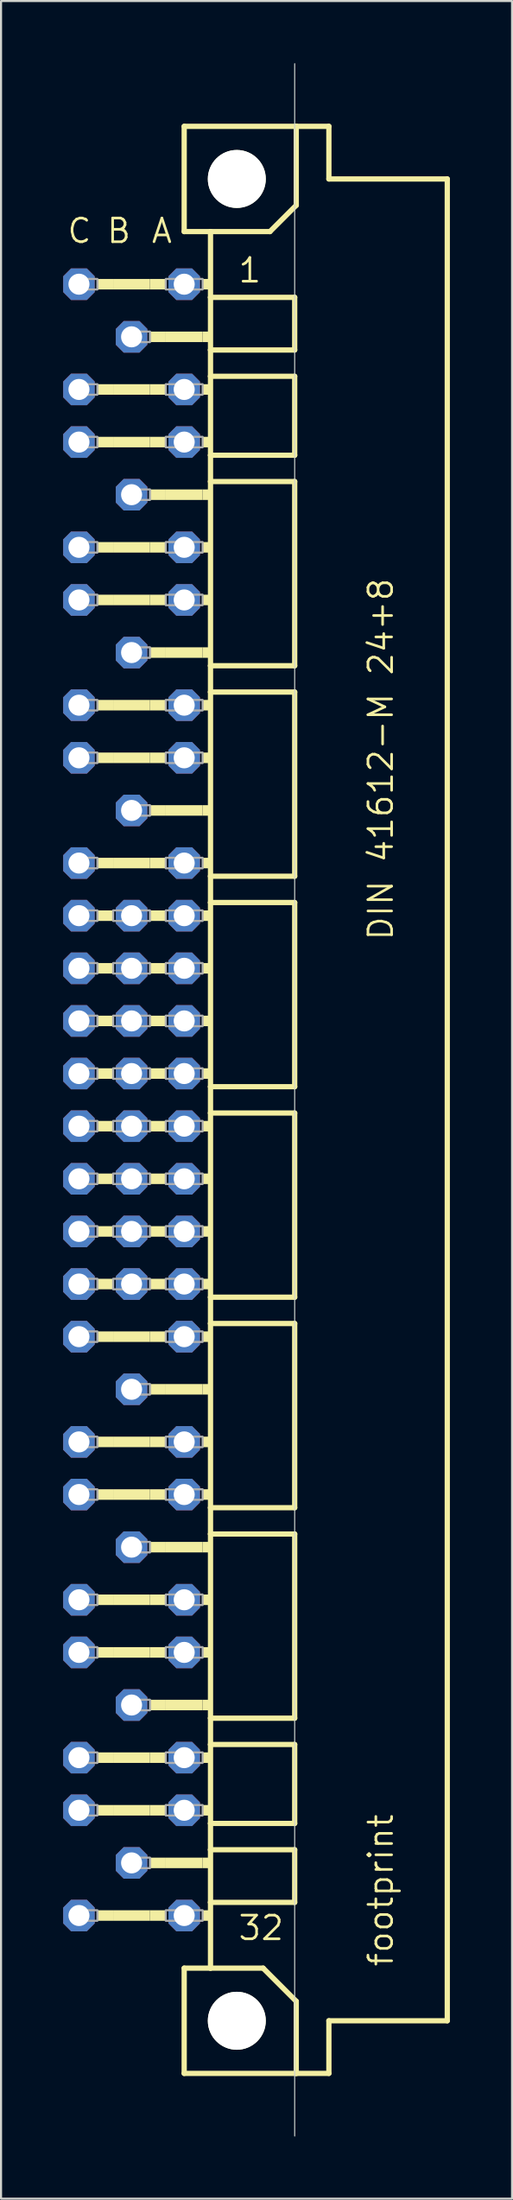
<source format=kicad_pcb>
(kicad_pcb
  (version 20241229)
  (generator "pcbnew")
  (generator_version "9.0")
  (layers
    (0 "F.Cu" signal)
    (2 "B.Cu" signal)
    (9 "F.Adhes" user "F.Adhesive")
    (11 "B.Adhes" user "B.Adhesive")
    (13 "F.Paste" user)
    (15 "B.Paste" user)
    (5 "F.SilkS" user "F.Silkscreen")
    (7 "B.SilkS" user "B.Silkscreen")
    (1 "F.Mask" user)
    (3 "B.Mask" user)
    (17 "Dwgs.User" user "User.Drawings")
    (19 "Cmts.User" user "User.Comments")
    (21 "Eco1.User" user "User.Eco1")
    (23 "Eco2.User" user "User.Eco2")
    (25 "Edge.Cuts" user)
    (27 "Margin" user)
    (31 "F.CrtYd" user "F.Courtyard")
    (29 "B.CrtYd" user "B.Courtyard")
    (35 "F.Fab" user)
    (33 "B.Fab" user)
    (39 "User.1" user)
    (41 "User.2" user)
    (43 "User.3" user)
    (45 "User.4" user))
  (footprint "footprint"
    (layer "F.Cu")
    (at 8.382 50.038)
    (property "Reference" "footprint" (at 7.62 41.91 90) (layer "F.SilkS") (effects (font (size 1.143 1.143) (thickness 0.127)) (justify left bottom)))
    (fp_line (start -2.54 -46.99) (end -2.54 -41.91) (stroke (width 0.254) (type solid)) (layer "F.SilkS"))
    (fp_line (start -2.54 -41.91) (end -1.27 -41.91) (stroke (width 0.254) (type solid)) (layer "F.SilkS"))
    (fp_line (start -2.54 41.91) (end -2.54 46.99) (stroke (width 0.254) (type solid)) (layer "F.SilkS"))
    (fp_line (start -2.54 41.91) (end -1.27 41.91) (stroke (width 0.254) (type solid)) (layer "F.SilkS"))
    (fp_line (start -2.54 46.99) (end 2.87 46.99) (stroke (width 0.254) (type solid)) (layer "F.SilkS"))
    (fp_line (start -1.27 -41.91) (end -1.27 -38.735) (stroke (width 0.254) (type solid)) (layer "F.SilkS"))
    (fp_line (start -1.27 -41.91) (end 1.6 -41.91) (stroke (width 0.254) (type solid)) (layer "F.SilkS"))
    (fp_line (start -1.27 -38.735) (end -1.27 -36.195) (stroke (width 0.254) (type solid)) (layer "F.SilkS"))
    (fp_line (start -1.27 -36.195) (end -1.27 -34.925) (stroke (width 0.254) (type solid)) (layer "F.SilkS"))
    (fp_line (start -1.27 -34.925) (end -1.27 -31.115) (stroke (width 0.254) (type solid)) (layer "F.SilkS"))
    (fp_line (start -1.27 -31.115) (end -1.27 -29.845) (stroke (width 0.254) (type solid)) (layer "F.SilkS"))
    (fp_line (start -1.27 -29.845) (end -1.27 -20.955) (stroke (width 0.254) (type solid)) (layer "F.SilkS"))
    (fp_line (start -1.27 -20.955) (end -1.27 -19.685) (stroke (width 0.254) (type solid)) (layer "F.SilkS"))
    (fp_line (start -1.27 -19.685) (end -1.27 -10.795) (stroke (width 0.254) (type solid)) (layer "F.SilkS"))
    (fp_line (start -1.27 -10.795) (end -1.27 -9.525) (stroke (width 0.254) (type solid)) (layer "F.SilkS"))
    (fp_line (start -1.27 -9.525) (end -1.27 -0.635) (stroke (width 0.254) (type solid)) (layer "F.SilkS"))
    (fp_line (start -1.27 -0.635) (end -1.27 0.635) (stroke (width 0.254) (type solid)) (layer "F.SilkS"))
    (fp_line (start -1.27 0.635) (end -1.27 9.525) (stroke (width 0.254) (type solid)) (layer "F.SilkS"))
    (fp_line (start -1.27 9.525) (end -1.27 10.795) (stroke (width 0.254) (type solid)) (layer "F.SilkS"))
    (fp_line (start -1.27 10.795) (end -1.27 19.685) (stroke (width 0.254) (type solid)) (layer "F.SilkS"))
    (fp_line (start -1.27 19.685) (end -1.27 20.955) (stroke (width 0.254) (type solid)) (layer "F.SilkS"))
    (fp_line (start -1.27 20.955) (end -1.27 29.845) (stroke (width 0.254) (type solid)) (layer "F.SilkS"))
    (fp_line (start -1.27 29.845) (end -1.27 31.115) (stroke (width 0.254) (type solid)) (layer "F.SilkS"))
    (fp_line (start -1.27 31.115) (end -1.27 34.925) (stroke (width 0.254) (type solid)) (layer "F.SilkS"))
    (fp_line (start -1.27 34.925) (end -1.27 36.195) (stroke (width 0.254) (type solid)) (layer "F.SilkS"))
    (fp_line (start -1.27 36.195) (end -1.27 38.735) (stroke (width 0.254) (type solid)) (layer "F.SilkS"))
    (fp_line (start -1.27 38.735) (end -1.27 41.91) (stroke (width 0.254) (type solid)) (layer "F.SilkS"))
    (fp_line (start -1.27 41.91) (end 1.27 41.91) (stroke (width 0.254) (type solid)) (layer "F.SilkS"))
    (fp_line (start 1.6 -41.91) (end 2.87 -43.18) (stroke (width 0.254) (type solid)) (layer "F.SilkS"))
    (fp_line (start 2.794 -38.735) (end -1.27 -38.735) (stroke (width 0.254) (type solid)) (layer "F.SilkS"))
    (fp_line (start 2.794 -38.735) (end 2.794 -36.195) (stroke (width 0.254) (type solid)) (layer "F.SilkS"))
    (fp_line (start 2.794 -36.195) (end -1.27 -36.195) (stroke (width 0.254) (type solid)) (layer "F.SilkS"))
    (fp_line (start 2.794 -34.925) (end -1.27 -34.925) (stroke (width 0.254) (type solid)) (layer "F.SilkS"))
    (fp_line (start 2.794 -34.925) (end 2.794 -31.115) (stroke (width 0.254) (type solid)) (layer "F.SilkS"))
    (fp_line (start 2.794 -31.115) (end -1.27 -31.115) (stroke (width 0.254) (type solid)) (layer "F.SilkS"))
    (fp_line (start 2.794 -29.845) (end -1.27 -29.845) (stroke (width 0.254) (type solid)) (layer "F.SilkS"))
    (fp_line (start 2.794 -29.845) (end 2.794 -20.955) (stroke (width 0.254) (type solid)) (layer "F.SilkS"))
    (fp_line (start 2.794 -20.955) (end -1.27 -20.955) (stroke (width 0.254) (type solid)) (layer "F.SilkS"))
    (fp_line (start 2.794 -19.685) (end -1.27 -19.685) (stroke (width 0.254) (type solid)) (layer "F.SilkS"))
    (fp_line (start 2.794 -19.685) (end 2.794 -10.795) (stroke (width 0.254) (type solid)) (layer "F.SilkS"))
    (fp_line (start 2.794 -10.795) (end -1.27 -10.795) (stroke (width 0.254) (type solid)) (layer "F.SilkS"))
    (fp_line (start 2.794 -9.525) (end -1.27 -9.525) (stroke (width 0.254) (type solid)) (layer "F.SilkS"))
    (fp_line (start 2.794 -9.525) (end 2.794 -0.635) (stroke (width 0.254) (type solid)) (layer "F.SilkS"))
    (fp_line (start 2.794 -0.635) (end -1.27 -0.635) (stroke (width 0.254) (type solid)) (layer "F.SilkS"))
    (fp_line (start 2.794 0.635) (end -1.27 0.635) (stroke (width 0.254) (type solid)) (layer "F.SilkS"))
    (fp_line (start 2.794 0.635) (end 2.794 9.525) (stroke (width 0.254) (type solid)) (layer "F.SilkS"))
    (fp_line (start 2.794 9.525) (end -1.27 9.525) (stroke (width 0.254) (type solid)) (layer "F.SilkS"))
    (fp_line (start 2.794 10.795) (end -1.27 10.795) (stroke (width 0.254) (type solid)) (layer "F.SilkS"))
    (fp_line (start 2.794 10.795) (end 2.794 19.685) (stroke (width 0.254) (type solid)) (layer "F.SilkS"))
    (fp_line (start 2.794 19.685) (end -1.27 19.685) (stroke (width 0.254) (type solid)) (layer "F.SilkS"))
    (fp_line (start 2.794 20.955) (end -1.27 20.955) (stroke (width 0.254) (type solid)) (layer "F.SilkS"))
    (fp_line (start 2.794 20.955) (end 2.794 29.845) (stroke (width 0.254) (type solid)) (layer "F.SilkS"))
    (fp_line (start 2.794 29.845) (end -1.27 29.845) (stroke (width 0.254) (type solid)) (layer "F.SilkS"))
    (fp_line (start 2.794 31.115) (end -1.27 31.115) (stroke (width 0.254) (type solid)) (layer "F.SilkS"))
    (fp_line (start 2.794 31.115) (end 2.794 34.925) (stroke (width 0.254) (type solid)) (layer "F.SilkS"))
    (fp_line (start 2.794 34.925) (end -1.27 34.925) (stroke (width 0.254) (type solid)) (layer "F.SilkS"))
    (fp_line (start 2.794 36.195) (end -1.27 36.195) (stroke (width 0.254) (type solid)) (layer "F.SilkS"))
    (fp_line (start 2.794 36.195) (end 2.794 38.735) (stroke (width 0.254) (type solid)) (layer "F.SilkS"))
    (fp_line (start 2.794 38.735) (end -1.27 38.735) (stroke (width 0.254) (type solid)) (layer "F.SilkS"))
    (fp_line (start 2.87 -46.99) (end -2.54 -46.99) (stroke (width 0.254) (type solid)) (layer "F.SilkS"))
    (fp_line (start 2.87 -43.18) (end 2.87 -46.99) (stroke (width 0.254) (type solid)) (layer "F.SilkS"))
    (fp_line (start 2.87 43.51) (end 1.27 41.91) (stroke (width 0.254) (type solid)) (layer "F.SilkS"))
    (fp_line (start 2.87 43.51) (end 2.87 46.99) (stroke (width 0.254) (type solid)) (layer "F.SilkS"))
    (fp_line (start 2.87 46.99) (end 4.445 46.99) (stroke (width 0.254) (type solid)) (layer "F.SilkS"))
    (fp_line (start 4.445 -46.99) (end 2.87 -46.99) (stroke (width 0.254) (type solid)) (layer "F.SilkS"))
    (fp_line (start 4.445 -44.45) (end 4.445 -46.99) (stroke (width 0.254) (type solid)) (layer "F.SilkS"))
    (fp_line (start 4.445 44.45) (end 10.16 44.45) (stroke (width 0.254) (type solid)) (layer "F.SilkS"))
    (fp_line (start 4.445 46.99) (end 4.445 44.45) (stroke (width 0.254) (type solid)) (layer "F.SilkS"))
    (fp_line (start 10.16 -44.45) (end 4.445 -44.45) (stroke (width 0.254) (type solid)) (layer "F.SilkS"))
    (fp_line (start 10.16 44.45) (end 10.16 -44.45) (stroke (width 0.254) (type solid)) (layer "F.SilkS"))
    (fp_circle (center 0 -44.45) (end 1.27 -44.45) (stroke (width 0.254) (type solid)) (fill no) (layer "F.SilkS"))
    (fp_circle (center 0 44.45) (end 1.27 44.45) (stroke (width 0.254) (type solid)) (fill no) (layer "F.SilkS"))
    (fp_poly (pts (xy -6.731 -39.116) (xy -5.969 -39.116) (xy -5.969 -39.624) (xy -6.731 -39.624)) (stroke (width 0) (type solid)) (fill yes) (layer "F.SilkS"))
    (fp_poly (pts (xy -6.731 -34.036) (xy -5.969 -34.036) (xy -5.969 -34.544) (xy -6.731 -34.544)) (stroke (width 0) (type solid)) (fill yes) (layer "F.SilkS"))
    (fp_poly (pts (xy -6.731 -31.496) (xy -5.969 -31.496) (xy -5.969 -32.004) (xy -6.731 -32.004)) (stroke (width 0) (type solid)) (fill yes) (layer "F.SilkS"))
    (fp_poly (pts (xy -6.731 -26.416) (xy -5.969 -26.416) (xy -5.969 -26.924) (xy -6.731 -26.924)) (stroke (width 0) (type solid)) (fill yes) (layer "F.SilkS"))
    (fp_poly (pts (xy -6.731 -23.876) (xy -5.969 -23.876) (xy -5.969 -24.384) (xy -6.731 -24.384)) (stroke (width 0) (type solid)) (fill yes) (layer "F.SilkS"))
    (fp_poly (pts (xy -6.731 -18.796) (xy -5.969 -18.796) (xy -5.969 -19.304) (xy -6.731 -19.304)) (stroke (width 0) (type solid)) (fill yes) (layer "F.SilkS"))
    (fp_poly (pts (xy -6.731 -16.256) (xy -5.969 -16.256) (xy -5.969 -16.764) (xy -6.731 -16.764)) (stroke (width 0) (type solid)) (fill yes) (layer "F.SilkS"))
    (fp_poly (pts (xy -6.731 -11.176) (xy -5.969 -11.176) (xy -5.969 -11.684) (xy -6.731 -11.684)) (stroke (width 0) (type solid)) (fill yes) (layer "F.SilkS"))
    (fp_poly (pts (xy -6.731 -8.636) (xy -5.969 -8.636) (xy -5.969 -9.144) (xy -6.731 -9.144)) (stroke (width 0) (type solid)) (fill yes) (layer "F.SilkS"))
    (fp_poly (pts (xy -6.731 -6.096) (xy -5.969 -6.096) (xy -5.969 -6.604) (xy -6.731 -6.604)) (stroke (width 0) (type solid)) (fill yes) (layer "F.SilkS"))
    (fp_poly (pts (xy -6.731 -3.556) (xy -5.969 -3.556) (xy -5.969 -4.064) (xy -6.731 -4.064)) (stroke (width 0) (type solid)) (fill yes) (layer "F.SilkS"))
    (fp_poly (pts (xy -6.731 -1.016) (xy -5.969 -1.016) (xy -5.969 -1.524) (xy -6.731 -1.524)) (stroke (width 0) (type solid)) (fill yes) (layer "F.SilkS"))
    (fp_poly (pts (xy -6.731 1.524) (xy -5.969 1.524) (xy -5.969 1.016) (xy -6.731 1.016)) (stroke (width 0) (type solid)) (fill yes) (layer "F.SilkS"))
    (fp_poly (pts (xy -6.731 4.064) (xy -5.969 4.064) (xy -5.969 3.556) (xy -6.731 3.556)) (stroke (width 0) (type solid)) (fill yes) (layer "F.SilkS"))
    (fp_poly (pts (xy -6.731 6.604) (xy -5.969 6.604) (xy -5.969 6.096) (xy -6.731 6.096)) (stroke (width 0) (type solid)) (fill yes) (layer "F.SilkS"))
    (fp_poly (pts (xy -6.731 9.144) (xy -5.969 9.144) (xy -5.969 8.636) (xy -6.731 8.636)) (stroke (width 0) (type solid)) (fill yes) (layer "F.SilkS"))
    (fp_poly (pts (xy -6.731 11.684) (xy -5.969 11.684) (xy -5.969 11.176) (xy -6.731 11.176)) (stroke (width 0) (type solid)) (fill yes) (layer "F.SilkS"))
    (fp_poly (pts (xy -6.731 16.764) (xy -5.969 16.764) (xy -5.969 16.256) (xy -6.731 16.256)) (stroke (width 0) (type solid)) (fill yes) (layer "F.SilkS"))
    (fp_poly (pts (xy -6.731 19.304) (xy -5.969 19.304) (xy -5.969 18.796) (xy -6.731 18.796)) (stroke (width 0) (type solid)) (fill yes) (layer "F.SilkS"))
    (fp_poly (pts (xy -6.731 24.384) (xy -5.969 24.384) (xy -5.969 23.876) (xy -6.731 23.876)) (stroke (width 0) (type solid)) (fill yes) (layer "F.SilkS"))
    (fp_poly (pts (xy -6.731 26.924) (xy -5.969 26.924) (xy -5.969 26.416) (xy -6.731 26.416)) (stroke (width 0) (type solid)) (fill yes) (layer "F.SilkS"))
    (fp_poly (pts (xy -6.731 32.004) (xy -5.969 32.004) (xy -5.969 31.496) (xy -6.731 31.496)) (stroke (width 0) (type solid)) (fill yes) (layer "F.SilkS"))
    (fp_poly (pts (xy -6.731 34.544) (xy -5.969 34.544) (xy -5.969 34.036) (xy -6.731 34.036)) (stroke (width 0) (type solid)) (fill yes) (layer "F.SilkS"))
    (fp_poly (pts (xy -6.731 39.624) (xy -5.969 39.624) (xy -5.969 39.116) (xy -6.731 39.116)) (stroke (width 0) (type solid)) (fill yes) (layer "F.SilkS"))
    (fp_poly (pts (xy -5.969 -39.116) (xy -4.191 -39.116) (xy -4.191 -39.624) (xy -5.969 -39.624)) (stroke (width 0) (type solid)) (fill yes) (layer "F.SilkS"))
    (fp_poly (pts (xy -5.969 -34.036) (xy -4.191 -34.036) (xy -4.191 -34.544) (xy -5.969 -34.544)) (stroke (width 0) (type solid)) (fill yes) (layer "F.SilkS"))
    (fp_poly (pts (xy -5.969 -31.496) (xy -4.191 -31.496) (xy -4.191 -32.004) (xy -5.969 -32.004)) (stroke (width 0) (type solid)) (fill yes) (layer "F.SilkS"))
    (fp_poly (pts (xy -5.969 -26.416) (xy -4.191 -26.416) (xy -4.191 -26.924) (xy -5.969 -26.924)) (stroke (width 0) (type solid)) (fill yes) (layer "F.SilkS"))
    (fp_poly (pts (xy -5.969 -23.876) (xy -4.191 -23.876) (xy -4.191 -24.384) (xy -5.969 -24.384)) (stroke (width 0) (type solid)) (fill yes) (layer "F.SilkS"))
    (fp_poly (pts (xy -5.969 -18.796) (xy -4.191 -18.796) (xy -4.191 -19.304) (xy -5.969 -19.304)) (stroke (width 0) (type solid)) (fill yes) (layer "F.SilkS"))
    (fp_poly (pts (xy -5.969 -16.256) (xy -4.191 -16.256) (xy -4.191 -16.764) (xy -5.969 -16.764)) (stroke (width 0) (type solid)) (fill yes) (layer "F.SilkS"))
    (fp_poly (pts (xy -5.969 -11.176) (xy -4.191 -11.176) (xy -4.191 -11.684) (xy -5.969 -11.684)) (stroke (width 0) (type solid)) (fill yes) (layer "F.SilkS"))
    (fp_poly (pts (xy -5.969 11.684) (xy -4.191 11.684) (xy -4.191 11.176) (xy -5.969 11.176)) (stroke (width 0) (type solid)) (fill yes) (layer "F.SilkS"))
    (fp_poly (pts (xy -5.969 16.764) (xy -4.191 16.764) (xy -4.191 16.256) (xy -5.969 16.256)) (stroke (width 0) (type solid)) (fill yes) (layer "F.SilkS"))
    (fp_poly (pts (xy -5.969 19.304) (xy -4.191 19.304) (xy -4.191 18.796) (xy -5.969 18.796)) (stroke (width 0) (type solid)) (fill yes) (layer "F.SilkS"))
    (fp_poly (pts (xy -5.969 24.384) (xy -4.191 24.384) (xy -4.191 23.876) (xy -5.969 23.876)) (stroke (width 0) (type solid)) (fill yes) (layer "F.SilkS"))
    (fp_poly (pts (xy -5.969 26.924) (xy -4.191 26.924) (xy -4.191 26.416) (xy -5.969 26.416)) (stroke (width 0) (type solid)) (fill yes) (layer "F.SilkS"))
    (fp_poly (pts (xy -5.969 32.004) (xy -4.191 32.004) (xy -4.191 31.496) (xy -5.969 31.496)) (stroke (width 0) (type solid)) (fill yes) (layer "F.SilkS"))
    (fp_poly (pts (xy -5.969 34.544) (xy -4.191 34.544) (xy -4.191 34.036) (xy -5.969 34.036)) (stroke (width 0) (type solid)) (fill yes) (layer "F.SilkS"))
    (fp_poly (pts (xy -5.969 39.624) (xy -4.191 39.624) (xy -4.191 39.116) (xy -5.969 39.116)) (stroke (width 0) (type solid)) (fill yes) (layer "F.SilkS"))
    (fp_poly (pts (xy -4.191 -39.116) (xy -3.429 -39.116) (xy -3.429 -39.624) (xy -4.191 -39.624)) (stroke (width 0) (type solid)) (fill yes) (layer "F.SilkS"))
    (fp_poly (pts (xy -4.191 -36.576) (xy -3.429 -36.576) (xy -3.429 -37.084) (xy -4.191 -37.084)) (stroke (width 0) (type solid)) (fill yes) (layer "F.SilkS"))
    (fp_poly (pts (xy -4.191 -34.036) (xy -3.429 -34.036) (xy -3.429 -34.544) (xy -4.191 -34.544)) (stroke (width 0) (type solid)) (fill yes) (layer "F.SilkS"))
    (fp_poly (pts (xy -4.191 -31.496) (xy -3.429 -31.496) (xy -3.429 -32.004) (xy -4.191 -32.004)) (stroke (width 0) (type solid)) (fill yes) (layer "F.SilkS"))
    (fp_poly (pts (xy -4.191 -28.956) (xy -3.429 -28.956) (xy -3.429 -29.464) (xy -4.191 -29.464)) (stroke (width 0) (type solid)) (fill yes) (layer "F.SilkS"))
    (fp_poly (pts (xy -4.191 -26.416) (xy -3.429 -26.416) (xy -3.429 -26.924) (xy -4.191 -26.924)) (stroke (width 0) (type solid)) (fill yes) (layer "F.SilkS"))
    (fp_poly (pts (xy -4.191 -23.876) (xy -3.429 -23.876) (xy -3.429 -24.384) (xy -4.191 -24.384)) (stroke (width 0) (type solid)) (fill yes) (layer "F.SilkS"))
    (fp_poly (pts (xy -4.191 -21.336) (xy -3.429 -21.336) (xy -3.429 -21.844) (xy -4.191 -21.844)) (stroke (width 0) (type solid)) (fill yes) (layer "F.SilkS"))
    (fp_poly (pts (xy -4.191 -18.796) (xy -3.429 -18.796) (xy -3.429 -19.304) (xy -4.191 -19.304)) (stroke (width 0) (type solid)) (fill yes) (layer "F.SilkS"))
    (fp_poly (pts (xy -4.191 -16.256) (xy -3.429 -16.256) (xy -3.429 -16.764) (xy -4.191 -16.764)) (stroke (width 0) (type solid)) (fill yes) (layer "F.SilkS"))
    (fp_poly (pts (xy -4.191 -13.716) (xy -3.429 -13.716) (xy -3.429 -14.224) (xy -4.191 -14.224)) (stroke (width 0) (type solid)) (fill yes) (layer "F.SilkS"))
    (fp_poly (pts (xy -4.191 -11.176) (xy -3.429 -11.176) (xy -3.429 -11.684) (xy -4.191 -11.684)) (stroke (width 0) (type solid)) (fill yes) (layer "F.SilkS"))
    (fp_poly (pts (xy -4.191 -8.636) (xy -3.429 -8.636) (xy -3.429 -9.144) (xy -4.191 -9.144)) (stroke (width 0) (type solid)) (fill yes) (layer "F.SilkS"))
    (fp_poly (pts (xy -4.191 -6.096) (xy -3.429 -6.096) (xy -3.429 -6.604) (xy -4.191 -6.604)) (stroke (width 0) (type solid)) (fill yes) (layer "F.SilkS"))
    (fp_poly (pts (xy -4.191 -3.556) (xy -3.429 -3.556) (xy -3.429 -4.064) (xy -4.191 -4.064)) (stroke (width 0) (type solid)) (fill yes) (layer "F.SilkS"))
    (fp_poly (pts (xy -4.191 -1.016) (xy -3.429 -1.016) (xy -3.429 -1.524) (xy -4.191 -1.524)) (stroke (width 0) (type solid)) (fill yes) (layer "F.SilkS"))
    (fp_poly (pts (xy -4.191 1.524) (xy -3.429 1.524) (xy -3.429 1.016) (xy -4.191 1.016)) (stroke (width 0) (type solid)) (fill yes) (layer "F.SilkS"))
    (fp_poly (pts (xy -4.191 4.064) (xy -3.429 4.064) (xy -3.429 3.556) (xy -4.191 3.556)) (stroke (width 0) (type solid)) (fill yes) (layer "F.SilkS"))
    (fp_poly (pts (xy -4.191 6.604) (xy -3.429 6.604) (xy -3.429 6.096) (xy -4.191 6.096)) (stroke (width 0) (type solid)) (fill yes) (layer "F.SilkS"))
    (fp_poly (pts (xy -4.191 9.144) (xy -3.429 9.144) (xy -3.429 8.636) (xy -4.191 8.636)) (stroke (width 0) (type solid)) (fill yes) (layer "F.SilkS"))
    (fp_poly (pts (xy -4.191 11.684) (xy -3.429 11.684) (xy -3.429 11.176) (xy -4.191 11.176)) (stroke (width 0) (type solid)) (fill yes) (layer "F.SilkS"))
    (fp_poly (pts (xy -4.191 14.224) (xy -3.429 14.224) (xy -3.429 13.716) (xy -4.191 13.716)) (stroke (width 0) (type solid)) (fill yes) (layer "F.SilkS"))
    (fp_poly (pts (xy -4.191 16.764) (xy -3.429 16.764) (xy -3.429 16.256) (xy -4.191 16.256)) (stroke (width 0) (type solid)) (fill yes) (layer "F.SilkS"))
    (fp_poly (pts (xy -4.191 19.304) (xy -3.429 19.304) (xy -3.429 18.796) (xy -4.191 18.796)) (stroke (width 0) (type solid)) (fill yes) (layer "F.SilkS"))
    (fp_poly (pts (xy -4.191 21.844) (xy -3.429 21.844) (xy -3.429 21.336) (xy -4.191 21.336)) (stroke (width 0) (type solid)) (fill yes) (layer "F.SilkS"))
    (fp_poly (pts (xy -4.191 24.384) (xy -3.429 24.384) (xy -3.429 23.876) (xy -4.191 23.876)) (stroke (width 0) (type solid)) (fill yes) (layer "F.SilkS"))
    (fp_poly (pts (xy -4.191 26.924) (xy -3.429 26.924) (xy -3.429 26.416) (xy -4.191 26.416)) (stroke (width 0) (type solid)) (fill yes) (layer "F.SilkS"))
    (fp_poly (pts (xy -4.191 29.464) (xy -3.429 29.464) (xy -3.429 28.956) (xy -4.191 28.956)) (stroke (width 0) (type solid)) (fill yes) (layer "F.SilkS"))
    (fp_poly (pts (xy -4.191 32.004) (xy -3.429 32.004) (xy -3.429 31.496) (xy -4.191 31.496)) (stroke (width 0) (type solid)) (fill yes) (layer "F.SilkS"))
    (fp_poly (pts (xy -4.191 34.544) (xy -3.429 34.544) (xy -3.429 34.036) (xy -4.191 34.036)) (stroke (width 0) (type solid)) (fill yes) (layer "F.SilkS"))
    (fp_poly (pts (xy -4.191 37.084) (xy -3.429 37.084) (xy -3.429 36.576) (xy -4.191 36.576)) (stroke (width 0) (type solid)) (fill yes) (layer "F.SilkS"))
    (fp_poly (pts (xy -4.191 39.624) (xy -3.429 39.624) (xy -3.429 39.116) (xy -4.191 39.116)) (stroke (width 0) (type solid)) (fill yes) (layer "F.SilkS"))
    (fp_poly (pts (xy -3.429 -36.576) (xy -1.651 -36.576) (xy -1.651 -37.084) (xy -3.429 -37.084)) (stroke (width 0) (type solid)) (fill yes) (layer "F.SilkS"))
    (fp_poly (pts (xy -3.429 -28.956) (xy -1.651 -28.956) (xy -1.651 -29.464) (xy -3.429 -29.464)) (stroke (width 0) (type solid)) (fill yes) (layer "F.SilkS"))
    (fp_poly (pts (xy -3.429 -21.336) (xy -1.651 -21.336) (xy -1.651 -21.844) (xy -3.429 -21.844)) (stroke (width 0) (type solid)) (fill yes) (layer "F.SilkS"))
    (fp_poly (pts (xy -3.429 -13.716) (xy -1.651 -13.716) (xy -1.651 -14.224) (xy -3.429 -14.224)) (stroke (width 0) (type solid)) (fill yes) (layer "F.SilkS"))
    (fp_poly (pts (xy -3.429 14.224) (xy -1.651 14.224) (xy -1.651 13.716) (xy -3.429 13.716)) (stroke (width 0) (type solid)) (fill yes) (layer "F.SilkS"))
    (fp_poly (pts (xy -3.429 21.844) (xy -1.651 21.844) (xy -1.651 21.336) (xy -3.429 21.336)) (stroke (width 0) (type solid)) (fill yes) (layer "F.SilkS"))
    (fp_poly (pts (xy -3.429 29.464) (xy -1.651 29.464) (xy -1.651 28.956) (xy -3.429 28.956)) (stroke (width 0) (type solid)) (fill yes) (layer "F.SilkS"))
    (fp_poly (pts (xy -3.429 37.084) (xy -1.651 37.084) (xy -1.651 36.576) (xy -3.429 36.576)) (stroke (width 0) (type solid)) (fill yes) (layer "F.SilkS"))
    (fp_poly (pts (xy -1.651 -39.116) (xy -1.27 -39.116) (xy -1.27 -39.624) (xy -1.651 -39.624)) (stroke (width 0) (type solid)) (fill yes) (layer "F.SilkS"))
    (fp_poly (pts (xy -1.651 -36.576) (xy -1.27 -36.576) (xy -1.27 -37.084) (xy -1.651 -37.084)) (stroke (width 0) (type solid)) (fill yes) (layer "F.SilkS"))
    (fp_poly (pts (xy -1.651 -34.036) (xy -1.27 -34.036) (xy -1.27 -34.544) (xy -1.651 -34.544)) (stroke (width 0) (type solid)) (fill yes) (layer "F.SilkS"))
    (fp_poly (pts (xy -1.651 -31.496) (xy -1.27 -31.496) (xy -1.27 -32.004) (xy -1.651 -32.004)) (stroke (width 0) (type solid)) (fill yes) (layer "F.SilkS"))
    (fp_poly (pts (xy -1.651 -28.956) (xy -1.27 -28.956) (xy -1.27 -29.464) (xy -1.651 -29.464)) (stroke (width 0) (type solid)) (fill yes) (layer "F.SilkS"))
    (fp_poly (pts (xy -1.651 -26.416) (xy -1.27 -26.416) (xy -1.27 -26.924) (xy -1.651 -26.924)) (stroke (width 0) (type solid)) (fill yes) (layer "F.SilkS"))
    (fp_poly (pts (xy -1.651 -23.876) (xy -1.27 -23.876) (xy -1.27 -24.384) (xy -1.651 -24.384)) (stroke (width 0) (type solid)) (fill yes) (layer "F.SilkS"))
    (fp_poly (pts (xy -1.651 -21.336) (xy -1.27 -21.336) (xy -1.27 -21.844) (xy -1.651 -21.844)) (stroke (width 0) (type solid)) (fill yes) (layer "F.SilkS"))
    (fp_poly (pts (xy -1.651 -18.796) (xy -1.27 -18.796) (xy -1.27 -19.304) (xy -1.651 -19.304)) (stroke (width 0) (type solid)) (fill yes) (layer "F.SilkS"))
    (fp_poly (pts (xy -1.651 -16.256) (xy -1.27 -16.256) (xy -1.27 -16.764) (xy -1.651 -16.764)) (stroke (width 0) (type solid)) (fill yes) (layer "F.SilkS"))
    (fp_poly (pts (xy -1.651 -13.716) (xy -1.27 -13.716) (xy -1.27 -14.224) (xy -1.651 -14.224)) (stroke (width 0) (type solid)) (fill yes) (layer "F.SilkS"))
    (fp_poly (pts (xy -1.651 -11.176) (xy -1.27 -11.176) (xy -1.27 -11.684) (xy -1.651 -11.684)) (stroke (width 0) (type solid)) (fill yes) (layer "F.SilkS"))
    (fp_poly (pts (xy -1.651 -8.636) (xy -1.27 -8.636) (xy -1.27 -9.144) (xy -1.651 -9.144)) (stroke (width 0) (type solid)) (fill yes) (layer "F.SilkS"))
    (fp_poly (pts (xy -1.651 -6.096) (xy -1.27 -6.096) (xy -1.27 -6.604) (xy -1.651 -6.604)) (stroke (width 0) (type solid)) (fill yes) (layer "F.SilkS"))
    (fp_poly (pts (xy -1.651 -3.556) (xy -1.27 -3.556) (xy -1.27 -4.064) (xy -1.651 -4.064)) (stroke (width 0) (type solid)) (fill yes) (layer "F.SilkS"))
    (fp_poly (pts (xy -1.651 -1.016) (xy -1.27 -1.016) (xy -1.27 -1.524) (xy -1.651 -1.524)) (stroke (width 0) (type solid)) (fill yes) (layer "F.SilkS"))
    (fp_poly (pts (xy -1.651 1.524) (xy -1.27 1.524) (xy -1.27 1.016) (xy -1.651 1.016)) (stroke (width 0) (type solid)) (fill yes) (layer "F.SilkS"))
    (fp_poly (pts (xy -1.651 4.064) (xy -1.27 4.064) (xy -1.27 3.556) (xy -1.651 3.556)) (stroke (width 0) (type solid)) (fill yes) (layer "F.SilkS"))
    (fp_poly (pts (xy -1.651 6.604) (xy -1.27 6.604) (xy -1.27 6.096) (xy -1.651 6.096)) (stroke (width 0) (type solid)) (fill yes) (layer "F.SilkS"))
    (fp_poly (pts (xy -1.651 9.144) (xy -1.27 9.144) (xy -1.27 8.636) (xy -1.651 8.636)) (stroke (width 0) (type solid)) (fill yes) (layer "F.SilkS"))
    (fp_poly (pts (xy -1.651 11.684) (xy -1.27 11.684) (xy -1.27 11.176) (xy -1.651 11.176)) (stroke (width 0) (type solid)) (fill yes) (layer "F.SilkS"))
    (fp_poly (pts (xy -1.651 14.224) (xy -1.27 14.224) (xy -1.27 13.716) (xy -1.651 13.716)) (stroke (width 0) (type solid)) (fill yes) (layer "F.SilkS"))
    (fp_poly (pts (xy -1.651 16.764) (xy -1.27 16.764) (xy -1.27 16.256) (xy -1.651 16.256)) (stroke (width 0) (type solid)) (fill yes) (layer "F.SilkS"))
    (fp_poly (pts (xy -1.651 19.304) (xy -1.27 19.304) (xy -1.27 18.796) (xy -1.651 18.796)) (stroke (width 0) (type solid)) (fill yes) (layer "F.SilkS"))
    (fp_poly (pts (xy -1.651 21.844) (xy -1.27 21.844) (xy -1.27 21.336) (xy -1.651 21.336)) (stroke (width 0) (type solid)) (fill yes) (layer "F.SilkS"))
    (fp_poly (pts (xy -1.651 24.384) (xy -1.27 24.384) (xy -1.27 23.876) (xy -1.651 23.876)) (stroke (width 0) (type solid)) (fill yes) (layer "F.SilkS"))
    (fp_poly (pts (xy -1.651 26.924) (xy -1.27 26.924) (xy -1.27 26.416) (xy -1.651 26.416)) (stroke (width 0) (type solid)) (fill yes) (layer "F.SilkS"))
    (fp_poly (pts (xy -1.651 29.464) (xy -1.27 29.464) (xy -1.27 28.956) (xy -1.651 28.956)) (stroke (width 0) (type solid)) (fill yes) (layer "F.SilkS"))
    (fp_poly (pts (xy -1.651 32.004) (xy -1.27 32.004) (xy -1.27 31.496) (xy -1.651 31.496)) (stroke (width 0) (type solid)) (fill yes) (layer "F.SilkS"))
    (fp_poly (pts (xy -1.651 34.544) (xy -1.27 34.544) (xy -1.27 34.036) (xy -1.651 34.036)) (stroke (width 0) (type solid)) (fill yes) (layer "F.SilkS"))
    (fp_poly (pts (xy -1.651 37.084) (xy -1.27 37.084) (xy -1.27 36.576) (xy -1.651 36.576)) (stroke (width 0) (type solid)) (fill yes) (layer "F.SilkS"))
    (fp_poly (pts (xy -1.651 39.624) (xy -1.27 39.624) (xy -1.27 39.116) (xy -1.651 39.116)) (stroke (width 0) (type solid)) (fill yes) (layer "F.SilkS"))
    (fp_line (start 2.794 50.013) (end 2.794 -50.013) (stroke (width 0.05) (type solid)) (layer "Edge.Cuts"))
    (fp_poly (pts (xy -7.874 -39.116) (xy -6.731 -39.116) (xy -6.731 -39.624) (xy -7.874 -39.624)) (stroke (width 0.1) (type solid)) (fill no) (layer "F.Fab"))
    (fp_poly (pts (xy -7.874 -34.036) (xy -6.731 -34.036) (xy -6.731 -34.544) (xy -7.874 -34.544)) (stroke (width 0.1) (type solid)) (fill no) (layer "F.Fab"))
    (fp_poly (pts (xy -7.874 -31.496) (xy -6.731 -31.496) (xy -6.731 -32.004) (xy -7.874 -32.004)) (stroke (width 0.1) (type solid)) (fill no) (layer "F.Fab"))
    (fp_poly (pts (xy -7.874 -26.416) (xy -6.731 -26.416) (xy -6.731 -26.924) (xy -7.874 -26.924)) (stroke (width 0.1) (type solid)) (fill no) (layer "F.Fab"))
    (fp_poly (pts (xy -7.874 -23.876) (xy -6.731 -23.876) (xy -6.731 -24.384) (xy -7.874 -24.384)) (stroke (width 0.1) (type solid)) (fill no) (layer "F.Fab"))
    (fp_poly (pts (xy -7.874 -18.796) (xy -6.731 -18.796) (xy -6.731 -19.304) (xy -7.874 -19.304)) (stroke (width 0.1) (type solid)) (fill no) (layer "F.Fab"))
    (fp_poly (pts (xy -7.874 -16.256) (xy -6.731 -16.256) (xy -6.731 -16.764) (xy -7.874 -16.764)) (stroke (width 0.1) (type solid)) (fill no) (layer "F.Fab"))
    (fp_poly (pts (xy -7.874 -11.176) (xy -6.731 -11.176) (xy -6.731 -11.684) (xy -7.874 -11.684)) (stroke (width 0.1) (type solid)) (fill no) (layer "F.Fab"))
    (fp_poly (pts (xy -7.874 -8.636) (xy -6.731 -8.636) (xy -6.731 -9.144) (xy -7.874 -9.144)) (stroke (width 0.1) (type solid)) (fill no) (layer "F.Fab"))
    (fp_poly (pts (xy -7.874 -6.096) (xy -6.731 -6.096) (xy -6.731 -6.604) (xy -7.874 -6.604)) (stroke (width 0.1) (type solid)) (fill no) (layer "F.Fab"))
    (fp_poly (pts (xy -7.874 -3.556) (xy -6.731 -3.556) (xy -6.731 -4.064) (xy -7.874 -4.064)) (stroke (width 0.1) (type solid)) (fill no) (layer "F.Fab"))
    (fp_poly (pts (xy -7.874 -1.016) (xy -6.731 -1.016) (xy -6.731 -1.524) (xy -7.874 -1.524)) (stroke (width 0.1) (type solid)) (fill no) (layer "F.Fab"))
    (fp_poly (pts (xy -7.874 1.524) (xy -6.731 1.524) (xy -6.731 1.016) (xy -7.874 1.016)) (stroke (width 0.1) (type solid)) (fill no) (layer "F.Fab"))
    (fp_poly (pts (xy -7.874 4.064) (xy -6.731 4.064) (xy -6.731 3.556) (xy -7.874 3.556)) (stroke (width 0.1) (type solid)) (fill no) (layer "F.Fab"))
    (fp_poly (pts (xy -7.874 6.604) (xy -6.731 6.604) (xy -6.731 6.096) (xy -7.874 6.096)) (stroke (width 0.1) (type solid)) (fill no) (layer "F.Fab"))
    (fp_poly (pts (xy -7.874 9.144) (xy -6.731 9.144) (xy -6.731 8.636) (xy -7.874 8.636)) (stroke (width 0.1) (type solid)) (fill no) (layer "F.Fab"))
    (fp_poly (pts (xy -7.874 11.684) (xy -6.731 11.684) (xy -6.731 11.176) (xy -7.874 11.176)) (stroke (width 0.1) (type solid)) (fill no) (layer "F.Fab"))
    (fp_poly (pts (xy -7.874 16.764) (xy -6.731 16.764) (xy -6.731 16.256) (xy -7.874 16.256)) (stroke (width 0.1) (type solid)) (fill no) (layer "F.Fab"))
    (fp_poly (pts (xy -7.874 19.304) (xy -6.731 19.304) (xy -6.731 18.796) (xy -7.874 18.796)) (stroke (width 0.1) (type solid)) (fill no) (layer "F.Fab"))
    (fp_poly (pts (xy -7.874 24.384) (xy -6.731 24.384) (xy -6.731 23.876) (xy -7.874 23.876)) (stroke (width 0.1) (type solid)) (fill no) (layer "F.Fab"))
    (fp_poly (pts (xy -7.874 26.924) (xy -6.731 26.924) (xy -6.731 26.416) (xy -7.874 26.416)) (stroke (width 0.1) (type solid)) (fill no) (layer "F.Fab"))
    (fp_poly (pts (xy -7.874 32.004) (xy -6.731 32.004) (xy -6.731 31.496) (xy -7.874 31.496)) (stroke (width 0.1) (type solid)) (fill no) (layer "F.Fab"))
    (fp_poly (pts (xy -7.874 34.544) (xy -6.731 34.544) (xy -6.731 34.036) (xy -7.874 34.036)) (stroke (width 0.1) (type solid)) (fill no) (layer "F.Fab"))
    (fp_poly (pts (xy -7.874 39.624) (xy -6.731 39.624) (xy -6.731 39.116) (xy -7.874 39.116)) (stroke (width 0.1) (type solid)) (fill no) (layer "F.Fab"))
    (fp_poly (pts (xy -5.969 -8.636) (xy -4.191 -8.636) (xy -4.191 -9.144) (xy -5.969 -9.144)) (stroke (width 0.1) (type solid)) (fill no) (layer "F.Fab"))
    (fp_poly (pts (xy -5.969 -6.096) (xy -4.191 -6.096) (xy -4.191 -6.604) (xy -5.969 -6.604)) (stroke (width 0.1) (type solid)) (fill no) (layer "F.Fab"))
    (fp_poly (pts (xy -5.969 -3.556) (xy -4.191 -3.556) (xy -4.191 -4.064) (xy -5.969 -4.064)) (stroke (width 0.1) (type solid)) (fill no) (layer "F.Fab"))
    (fp_poly (pts (xy -5.969 -1.016) (xy -4.191 -1.016) (xy -4.191 -1.524) (xy -5.969 -1.524)) (stroke (width 0.1) (type solid)) (fill no) (layer "F.Fab"))
    (fp_poly (pts (xy -5.969 1.524) (xy -4.191 1.524) (xy -4.191 1.016) (xy -5.969 1.016)) (stroke (width 0.1) (type solid)) (fill no) (layer "F.Fab"))
    (fp_poly (pts (xy -5.969 4.064) (xy -4.191 4.064) (xy -4.191 3.556) (xy -5.969 3.556)) (stroke (width 0.1) (type solid)) (fill no) (layer "F.Fab"))
    (fp_poly (pts (xy -5.969 6.604) (xy -4.191 6.604) (xy -4.191 6.096) (xy -5.969 6.096)) (stroke (width 0.1) (type solid)) (fill no) (layer "F.Fab"))
    (fp_poly (pts (xy -5.969 9.144) (xy -4.191 9.144) (xy -4.191 8.636) (xy -5.969 8.636)) (stroke (width 0.1) (type solid)) (fill no) (layer "F.Fab"))
    (fp_poly (pts (xy -5.334 -36.576) (xy -4.191 -36.576) (xy -4.191 -37.084) (xy -5.334 -37.084)) (stroke (width 0.1) (type solid)) (fill no) (layer "F.Fab"))
    (fp_poly (pts (xy -5.334 -28.956) (xy -4.191 -28.956) (xy -4.191 -29.464) (xy -5.334 -29.464)) (stroke (width 0.1) (type solid)) (fill no) (layer "F.Fab"))
    (fp_poly (pts (xy -5.334 -21.336) (xy -4.191 -21.336) (xy -4.191 -21.844) (xy -5.334 -21.844)) (stroke (width 0.1) (type solid)) (fill no) (layer "F.Fab"))
    (fp_poly (pts (xy -5.334 -13.716) (xy -4.191 -13.716) (xy -4.191 -14.224) (xy -5.334 -14.224)) (stroke (width 0.1) (type solid)) (fill no) (layer "F.Fab"))
    (fp_poly (pts (xy -5.334 14.224) (xy -4.191 14.224) (xy -4.191 13.716) (xy -5.334 13.716)) (stroke (width 0.1) (type solid)) (fill no) (layer "F.Fab"))
    (fp_poly (pts (xy -5.334 21.844) (xy -4.191 21.844) (xy -4.191 21.336) (xy -5.334 21.336)) (stroke (width 0.1) (type solid)) (fill no) (layer "F.Fab"))
    (fp_poly (pts (xy -5.334 29.464) (xy -4.191 29.464) (xy -4.191 28.956) (xy -5.334 28.956)) (stroke (width 0.1) (type solid)) (fill no) (layer "F.Fab"))
    (fp_poly (pts (xy -5.334 37.084) (xy -4.191 37.084) (xy -4.191 36.576) (xy -5.334 36.576)) (stroke (width 0.1) (type solid)) (fill no) (layer "F.Fab"))
    (fp_poly (pts (xy -3.429 -39.116) (xy -1.651 -39.116) (xy -1.651 -39.624) (xy -3.429 -39.624)) (stroke (width 0.1) (type solid)) (fill no) (layer "F.Fab"))
    (fp_poly (pts (xy -3.429 -34.036) (xy -1.651 -34.036) (xy -1.651 -34.544) (xy -3.429 -34.544)) (stroke (width 0.1) (type solid)) (fill no) (layer "F.Fab"))
    (fp_poly (pts (xy -3.429 -31.496) (xy -1.651 -31.496) (xy -1.651 -32.004) (xy -3.429 -32.004)) (stroke (width 0.1) (type solid)) (fill no) (layer "F.Fab"))
    (fp_poly (pts (xy -3.429 -26.416) (xy -1.651 -26.416) (xy -1.651 -26.924) (xy -3.429 -26.924)) (stroke (width 0.1) (type solid)) (fill no) (layer "F.Fab"))
    (fp_poly (pts (xy -3.429 -23.876) (xy -1.651 -23.876) (xy -1.651 -24.384) (xy -3.429 -24.384)) (stroke (width 0.1) (type solid)) (fill no) (layer "F.Fab"))
    (fp_poly (pts (xy -3.429 -18.796) (xy -1.651 -18.796) (xy -1.651 -19.304) (xy -3.429 -19.304)) (stroke (width 0.1) (type solid)) (fill no) (layer "F.Fab"))
    (fp_poly (pts (xy -3.429 -16.256) (xy -1.651 -16.256) (xy -1.651 -16.764) (xy -3.429 -16.764)) (stroke (width 0.1) (type solid)) (fill no) (layer "F.Fab"))
    (fp_poly (pts (xy -3.429 -11.176) (xy -1.651 -11.176) (xy -1.651 -11.684) (xy -3.429 -11.684)) (stroke (width 0.1) (type solid)) (fill no) (layer "F.Fab"))
    (fp_poly (pts (xy -3.429 -8.636) (xy -1.651 -8.636) (xy -1.651 -9.144) (xy -3.429 -9.144)) (stroke (width 0.1) (type solid)) (fill no) (layer "F.Fab"))
    (fp_poly (pts (xy -3.429 -6.096) (xy -1.651 -6.096) (xy -1.651 -6.604) (xy -3.429 -6.604)) (stroke (width 0.1) (type solid)) (fill no) (layer "F.Fab"))
    (fp_poly (pts (xy -3.429 -3.556) (xy -1.651 -3.556) (xy -1.651 -4.064) (xy -3.429 -4.064)) (stroke (width 0.1) (type solid)) (fill no) (layer "F.Fab"))
    (fp_poly (pts (xy -3.429 -1.016) (xy -1.651 -1.016) (xy -1.651 -1.524) (xy -3.429 -1.524)) (stroke (width 0.1) (type solid)) (fill no) (layer "F.Fab"))
    (fp_poly (pts (xy -3.429 1.524) (xy -1.651 1.524) (xy -1.651 1.016) (xy -3.429 1.016)) (stroke (width 0.1) (type solid)) (fill no) (layer "F.Fab"))
    (fp_poly (pts (xy -3.429 4.064) (xy -1.651 4.064) (xy -1.651 3.556) (xy -3.429 3.556)) (stroke (width 0.1) (type solid)) (fill no) (layer "F.Fab"))
    (fp_poly (pts (xy -3.429 6.604) (xy -1.651 6.604) (xy -1.651 6.096) (xy -3.429 6.096)) (stroke (width 0.1) (type solid)) (fill no) (layer "F.Fab"))
    (fp_poly (pts (xy -3.429 9.144) (xy -1.651 9.144) (xy -1.651 8.636) (xy -3.429 8.636)) (stroke (width 0.1) (type solid)) (fill no) (layer "F.Fab"))
    (fp_poly (pts (xy -3.429 11.684) (xy -1.651 11.684) (xy -1.651 11.176) (xy -3.429 11.176)) (stroke (width 0.1) (type solid)) (fill no) (layer "F.Fab"))
    (fp_poly (pts (xy -3.429 16.764) (xy -1.651 16.764) (xy -1.651 16.256) (xy -3.429 16.256)) (stroke (width 0.1) (type solid)) (fill no) (layer "F.Fab"))
    (fp_poly (pts (xy -3.429 19.304) (xy -1.651 19.304) (xy -1.651 18.796) (xy -3.429 18.796)) (stroke (width 0.1) (type solid)) (fill no) (layer "F.Fab"))
    (fp_poly (pts (xy -3.429 24.384) (xy -1.651 24.384) (xy -1.651 23.876) (xy -3.429 23.876)) (stroke (width 0.1) (type solid)) (fill no) (layer "F.Fab"))
    (fp_poly (pts (xy -3.429 26.924) (xy -1.651 26.924) (xy -1.651 26.416) (xy -3.429 26.416)) (stroke (width 0.1) (type solid)) (fill no) (layer "F.Fab"))
    (fp_poly (pts (xy -3.429 32.004) (xy -1.651 32.004) (xy -1.651 31.496) (xy -3.429 31.496)) (stroke (width 0.1) (type solid)) (fill no) (layer "F.Fab"))
    (fp_poly (pts (xy -3.429 34.544) (xy -1.651 34.544) (xy -1.651 34.036) (xy -3.429 34.036)) (stroke (width 0.1) (type solid)) (fill no) (layer "F.Fab"))
    (fp_poly (pts (xy -3.429 39.624) (xy -1.651 39.624) (xy -1.651 39.116) (xy -3.429 39.116)) (stroke (width 0.1) (type solid)) (fill no) (layer "F.Fab"))
    (fp_text user "A" (at -4.191 -41.275 0) (layer "F.SilkS") (effects (font (size 1.143 1.143) (thickness 0.127)) (justify left bottom)))
    (fp_text user "DIN 41612-M 24+8" (at 7.62 -7.62 90) (layer "F.SilkS") (effects (font (size 1.143 1.143) (thickness 0.127)) (justify left bottom)))
    (fp_text user "1" (at 0 -39.37 0) (layer "F.SilkS") (effects (font (size 1.143 1.143) (thickness 0.127)) (justify left bottom)))
    (fp_text user "B" (at -6.35 -41.275 0) (layer "F.SilkS") (effects (font (size 1.143 1.143) (thickness 0.127)) (justify left bottom)))
    (fp_text user "32" (at 0 40.64 0) (layer "F.SilkS") (effects (font (size 1.143 1.143) (thickness 0.127)) (justify left bottom)))
    (fp_text user "C" (at -8.255 -41.275 0) (layer "F.SilkS") (effects (font (size 1.143 1.143) (thickness 0.127)) (justify left bottom)))
    (pad "" np_thru_hole circle (at 0 -44.45) (size 2.8 2.8) (drill 2.8) (layers "*.Cu" "*.Mask"))
    (pad "" np_thru_hole circle (at 0 44.45) (size 2.8 2.8) (drill 2.8) (layers "*.Cu" "*.Mask"))
    (pad "A1" thru_hole roundrect (at -2.54 -39.37) (size 1.524 1.524) (drill 1.016) (layers "*.Cu" "*.Mask") (roundrect_rratio 0.25) (chamfer_ratio 0.25) (chamfer top_left top_right bottom_left bottom_right))
    (pad "A3" thru_hole roundrect (at -2.54 -34.29) (size 1.524 1.524) (drill 1.016) (layers "*.Cu" "*.Mask") (roundrect_rratio 0.25) (chamfer_ratio 0.25) (chamfer top_left top_right bottom_left bottom_right))
    (pad "A4" thru_hole roundrect (at -2.54 -31.75) (size 1.524 1.524) (drill 1.016) (layers "*.Cu" "*.Mask") (roundrect_rratio 0.25) (chamfer_ratio 0.25) (chamfer top_left top_right bottom_left bottom_right))
    (pad "A6" thru_hole roundrect (at -2.54 -26.67) (size 1.524 1.524) (drill 1.016) (layers "*.Cu" "*.Mask") (roundrect_rratio 0.25) (chamfer_ratio 0.25) (chamfer top_left top_right bottom_left bottom_right))
    (pad "A7" thru_hole roundrect (at -2.54 -24.13) (size 1.524 1.524) (drill 1.016) (layers "*.Cu" "*.Mask") (roundrect_rratio 0.25) (chamfer_ratio 0.25) (chamfer top_left top_right bottom_left bottom_right))
    (pad "A9" thru_hole roundrect (at -2.54 -19.05) (size 1.524 1.524) (drill 1.016) (layers "*.Cu" "*.Mask") (roundrect_rratio 0.25) (chamfer_ratio 0.25) (chamfer top_left top_right bottom_left bottom_right))
    (pad "A10" thru_hole roundrect (at -2.54 -16.51) (size 1.524 1.524) (drill 1.016) (layers "*.Cu" "*.Mask") (roundrect_rratio 0.25) (chamfer_ratio 0.25) (chamfer top_left top_right bottom_left bottom_right))
    (pad "A12" thru_hole roundrect (at -2.54 -11.43) (size 1.524 1.524) (drill 1.016) (layers "*.Cu" "*.Mask") (roundrect_rratio 0.25) (chamfer_ratio 0.25) (chamfer top_left top_right bottom_left bottom_right))
    (pad "A13" thru_hole roundrect (at -2.54 -8.89) (size 1.524 1.524) (drill 1.016) (layers "*.Cu" "*.Mask") (roundrect_rratio 0.25) (chamfer_ratio 0.25) (chamfer top_left top_right bottom_left bottom_right))
    (pad "A14" thru_hole roundrect (at -2.54 -6.35) (size 1.524 1.524) (drill 1.016) (layers "*.Cu" "*.Mask") (roundrect_rratio 0.25) (chamfer_ratio 0.25) (chamfer top_left top_right bottom_left bottom_right))
    (pad "A15" thru_hole roundrect (at -2.54 -3.81) (size 1.524 1.524) (drill 1.016) (layers "*.Cu" "*.Mask") (roundrect_rratio 0.25) (chamfer_ratio 0.25) (chamfer top_left top_right bottom_left bottom_right))
    (pad "A16" thru_hole roundrect (at -2.54 -1.27) (size 1.524 1.524) (drill 1.016) (layers "*.Cu" "*.Mask") (roundrect_rratio 0.25) (chamfer_ratio 0.25) (chamfer top_left top_right bottom_left bottom_right))
    (pad "A17" thru_hole roundrect (at -2.54 1.27) (size 1.524 1.524) (drill 1.016) (layers "*.Cu" "*.Mask") (roundrect_rratio 0.25) (chamfer_ratio 0.25) (chamfer top_left top_right bottom_left bottom_right))
    (pad "A18" thru_hole roundrect (at -2.54 3.81) (size 1.524 1.524) (drill 1.016) (layers "*.Cu" "*.Mask") (roundrect_rratio 0.25) (chamfer_ratio 0.25) (chamfer top_left top_right bottom_left bottom_right))
    (pad "A19" thru_hole roundrect (at -2.54 6.35) (size 1.524 1.524) (drill 1.016) (layers "*.Cu" "*.Mask") (roundrect_rratio 0.25) (chamfer_ratio 0.25) (chamfer top_left top_right bottom_left bottom_right))
    (pad "A20" thru_hole roundrect (at -2.54 8.89) (size 1.524 1.524) (drill 1.016) (layers "*.Cu" "*.Mask") (roundrect_rratio 0.25) (chamfer_ratio 0.25) (chamfer top_left top_right bottom_left bottom_right))
    (pad "A21" thru_hole roundrect (at -2.54 11.43) (size 1.524 1.524) (drill 1.016) (layers "*.Cu" "*.Mask") (roundrect_rratio 0.25) (chamfer_ratio 0.25) (chamfer top_left top_right bottom_left bottom_right))
    (pad "A23" thru_hole roundrect (at -2.54 16.51) (size 1.524 1.524) (drill 1.016) (layers "*.Cu" "*.Mask") (roundrect_rratio 0.25) (chamfer_ratio 0.25) (chamfer top_left top_right bottom_left bottom_right))
    (pad "A24" thru_hole roundrect (at -2.54 19.05) (size 1.524 1.524) (drill 1.016) (layers "*.Cu" "*.Mask") (roundrect_rratio 0.25) (chamfer_ratio 0.25) (chamfer top_left top_right bottom_left bottom_right))
    (pad "A26" thru_hole roundrect (at -2.54 24.13) (size 1.524 1.524) (drill 1.016) (layers "*.Cu" "*.Mask") (roundrect_rratio 0.25) (chamfer_ratio 0.25) (chamfer top_left top_right bottom_left bottom_right))
    (pad "A27" thru_hole roundrect (at -2.54 26.67) (size 1.524 1.524) (drill 1.016) (layers "*.Cu" "*.Mask") (roundrect_rratio 0.25) (chamfer_ratio 0.25) (chamfer top_left top_right bottom_left bottom_right))
    (pad "A29" thru_hole roundrect (at -2.54 31.75) (size 1.524 1.524) (drill 1.016) (layers "*.Cu" "*.Mask") (roundrect_rratio 0.25) (chamfer_ratio 0.25) (chamfer top_left top_right bottom_left bottom_right))
    (pad "A30" thru_hole roundrect (at -2.54 34.29) (size 1.524 1.524) (drill 1.016) (layers "*.Cu" "*.Mask") (roundrect_rratio 0.25) (chamfer_ratio 0.25) (chamfer top_left top_right bottom_left bottom_right))
    (pad "A32" thru_hole roundrect (at -2.54 39.37) (size 1.524 1.524) (drill 1.016) (layers "*.Cu" "*.Mask") (roundrect_rratio 0.25) (chamfer_ratio 0.25) (chamfer top_left top_right bottom_left bottom_right))
    (pad "B2" thru_hole roundrect (at -5.08 -36.83) (size 1.524 1.524) (drill 1.016) (layers "*.Cu" "*.Mask") (roundrect_rratio 0.25) (chamfer_ratio 0.25) (chamfer top_left top_right bottom_left bottom_right))
    (pad "B5" thru_hole roundrect (at -5.08 -29.21) (size 1.524 1.524) (drill 1.016) (layers "*.Cu" "*.Mask") (roundrect_rratio 0.25) (chamfer_ratio 0.25) (chamfer top_left top_right bottom_left bottom_right))
    (pad "B8" thru_hole roundrect (at -5.08 -21.59) (size 1.524 1.524) (drill 1.016) (layers "*.Cu" "*.Mask") (roundrect_rratio 0.25) (chamfer_ratio 0.25) (chamfer top_left top_right bottom_left bottom_right))
    (pad "B11" thru_hole roundrect (at -5.08 -13.97) (size 1.524 1.524) (drill 1.016) (layers "*.Cu" "*.Mask") (roundrect_rratio 0.25) (chamfer_ratio 0.25) (chamfer top_left top_right bottom_left bottom_right))
    (pad "B13" thru_hole roundrect (at -5.08 -8.89) (size 1.524 1.524) (drill 1.016) (layers "*.Cu" "*.Mask") (roundrect_rratio 0.25) (chamfer_ratio 0.25) (chamfer top_left top_right bottom_left bottom_right))
    (pad "B14" thru_hole roundrect (at -5.08 -6.35) (size 1.524 1.524) (drill 1.016) (layers "*.Cu" "*.Mask") (roundrect_rratio 0.25) (chamfer_ratio 0.25) (chamfer top_left top_right bottom_left bottom_right))
    (pad "B15" thru_hole roundrect (at -5.08 -3.81) (size 1.524 1.524) (drill 1.016) (layers "*.Cu" "*.Mask") (roundrect_rratio 0.25) (chamfer_ratio 0.25) (chamfer top_left top_right bottom_left bottom_right))
    (pad "B16" thru_hole roundrect (at -5.08 -1.27) (size 1.524 1.524) (drill 1.016) (layers "*.Cu" "*.Mask") (roundrect_rratio 0.25) (chamfer_ratio 0.25) (chamfer top_left top_right bottom_left bottom_right))
    (pad "B17" thru_hole roundrect (at -5.08 1.27) (size 1.524 1.524) (drill 1.016) (layers "*.Cu" "*.Mask") (roundrect_rratio 0.25) (chamfer_ratio 0.25) (chamfer top_left top_right bottom_left bottom_right))
    (pad "B18" thru_hole roundrect (at -5.08 3.81) (size 1.524 1.524) (drill 1.016) (layers "*.Cu" "*.Mask") (roundrect_rratio 0.25) (chamfer_ratio 0.25) (chamfer top_left top_right bottom_left bottom_right))
    (pad "B19" thru_hole roundrect (at -5.08 6.35) (size 1.524 1.524) (drill 1.016) (layers "*.Cu" "*.Mask") (roundrect_rratio 0.25) (chamfer_ratio 0.25) (chamfer top_left top_right bottom_left bottom_right))
    (pad "B20" thru_hole roundrect (at -5.08 8.89) (size 1.524 1.524) (drill 1.016) (layers "*.Cu" "*.Mask") (roundrect_rratio 0.25) (chamfer_ratio 0.25) (chamfer top_left top_right bottom_left bottom_right))
    (pad "B22" thru_hole roundrect (at -5.08 13.97) (size 1.524 1.524) (drill 1.016) (layers "*.Cu" "*.Mask") (roundrect_rratio 0.25) (chamfer_ratio 0.25) (chamfer top_left top_right bottom_left bottom_right))
    (pad "B25" thru_hole roundrect (at -5.08 21.59) (size 1.524 1.524) (drill 1.016) (layers "*.Cu" "*.Mask") (roundrect_rratio 0.25) (chamfer_ratio 0.25) (chamfer top_left top_right bottom_left bottom_right))
    (pad "B28" thru_hole roundrect (at -5.08 29.21) (size 1.524 1.524) (drill 1.016) (layers "*.Cu" "*.Mask") (roundrect_rratio 0.25) (chamfer_ratio 0.25) (chamfer top_left top_right bottom_left bottom_right))
    (pad "B31" thru_hole roundrect (at -5.08 36.83) (size 1.524 1.524) (drill 1.016) (layers "*.Cu" "*.Mask") (roundrect_rratio 0.25) (chamfer_ratio 0.25) (chamfer top_left top_right bottom_left bottom_right))
    (pad "C1" thru_hole roundrect (at -7.62 -39.37) (size 1.524 1.524) (drill 1.016) (layers "*.Cu" "*.Mask") (roundrect_rratio 0.25) (chamfer_ratio 0.25) (chamfer top_left top_right bottom_left bottom_right))
    (pad "C3" thru_hole roundrect (at -7.62 -34.29) (size 1.524 1.524) (drill 1.016) (layers "*.Cu" "*.Mask") (roundrect_rratio 0.25) (chamfer_ratio 0.25) (chamfer top_left top_right bottom_left bottom_right))
    (pad "C4" thru_hole roundrect (at -7.62 -31.75) (size 1.524 1.524) (drill 1.016) (layers "*.Cu" "*.Mask") (roundrect_rratio 0.25) (chamfer_ratio 0.25) (chamfer top_left top_right bottom_left bottom_right))
    (pad "C6" thru_hole roundrect (at -7.62 -26.67) (size 1.524 1.524) (drill 1.016) (layers "*.Cu" "*.Mask") (roundrect_rratio 0.25) (chamfer_ratio 0.25) (chamfer top_left top_right bottom_left bottom_right))
    (pad "C7" thru_hole roundrect (at -7.62 -24.13) (size 1.524 1.524) (drill 1.016) (layers "*.Cu" "*.Mask") (roundrect_rratio 0.25) (chamfer_ratio 0.25) (chamfer top_left top_right bottom_left bottom_right))
    (pad "C9" thru_hole roundrect (at -7.62 -19.05) (size 1.524 1.524) (drill 1.016) (layers "*.Cu" "*.Mask") (roundrect_rratio 0.25) (chamfer_ratio 0.25) (chamfer top_left top_right bottom_left bottom_right))
    (pad "C10" thru_hole roundrect (at -7.62 -16.51) (size 1.524 1.524) (drill 1.016) (layers "*.Cu" "*.Mask") (roundrect_rratio 0.25) (chamfer_ratio 0.25) (chamfer top_left top_right bottom_left bottom_right))
    (pad "C12" thru_hole roundrect (at -7.62 -11.43) (size 1.524 1.524) (drill 1.016) (layers "*.Cu" "*.Mask") (roundrect_rratio 0.25) (chamfer_ratio 0.25) (chamfer top_left top_right bottom_left bottom_right))
    (pad "C13" thru_hole roundrect (at -7.62 -8.89) (size 1.524 1.524) (drill 1.016) (layers "*.Cu" "*.Mask") (roundrect_rratio 0.25) (chamfer_ratio 0.25) (chamfer top_left top_right bottom_left bottom_right))
    (pad "C14" thru_hole roundrect (at -7.62 -6.35) (size 1.524 1.524) (drill 1.016) (layers "*.Cu" "*.Mask") (roundrect_rratio 0.25) (chamfer_ratio 0.25) (chamfer top_left top_right bottom_left bottom_right))
    (pad "C15" thru_hole roundrect (at -7.62 -3.81) (size 1.524 1.524) (drill 1.016) (layers "*.Cu" "*.Mask") (roundrect_rratio 0.25) (chamfer_ratio 0.25) (chamfer top_left top_right bottom_left bottom_right))
    (pad "C16" thru_hole roundrect (at -7.62 -1.27) (size 1.524 1.524) (drill 1.016) (layers "*.Cu" "*.Mask") (roundrect_rratio 0.25) (chamfer_ratio 0.25) (chamfer top_left top_right bottom_left bottom_right))
    (pad "C17" thru_hole roundrect (at -7.62 1.27) (size 1.524 1.524) (drill 1.016) (layers "*.Cu" "*.Mask") (roundrect_rratio 0.25) (chamfer_ratio 0.25) (chamfer top_left top_right bottom_left bottom_right))
    (pad "C18" thru_hole roundrect (at -7.62 3.81) (size 1.524 1.524) (drill 1.016) (layers "*.Cu" "*.Mask") (roundrect_rratio 0.25) (chamfer_ratio 0.25) (chamfer top_left top_right bottom_left bottom_right))
    (pad "C19" thru_hole roundrect (at -7.62 6.35) (size 1.524 1.524) (drill 1.016) (layers "*.Cu" "*.Mask") (roundrect_rratio 0.25) (chamfer_ratio 0.25) (chamfer top_left top_right bottom_left bottom_right))
    (pad "C20" thru_hole roundrect (at -7.62 8.89) (size 1.524 1.524) (drill 1.016) (layers "*.Cu" "*.Mask") (roundrect_rratio 0.25) (chamfer_ratio 0.25) (chamfer top_left top_right bottom_left bottom_right))
    (pad "C21" thru_hole roundrect (at -7.62 11.43) (size 1.524 1.524) (drill 1.016) (layers "*.Cu" "*.Mask") (roundrect_rratio 0.25) (chamfer_ratio 0.25) (chamfer top_left top_right bottom_left bottom_right))
    (pad "C23" thru_hole roundrect (at -7.62 16.51) (size 1.524 1.524) (drill 1.016) (layers "*.Cu" "*.Mask") (roundrect_rratio 0.25) (chamfer_ratio 0.25) (chamfer top_left top_right bottom_left bottom_right))
    (pad "C24" thru_hole roundrect (at -7.62 19.05) (size 1.524 1.524) (drill 1.016) (layers "*.Cu" "*.Mask") (roundrect_rratio 0.25) (chamfer_ratio 0.25) (chamfer top_left top_right bottom_left bottom_right))
    (pad "C26" thru_hole roundrect (at -7.62 24.13) (size 1.524 1.524) (drill 1.016) (layers "*.Cu" "*.Mask") (roundrect_rratio 0.25) (chamfer_ratio 0.25) (chamfer top_left top_right bottom_left bottom_right))
    (pad "C27" thru_hole roundrect (at -7.62 26.67) (size 1.524 1.524) (drill 1.016) (layers "*.Cu" "*.Mask") (roundrect_rratio 0.25) (chamfer_ratio 0.25) (chamfer top_left top_right bottom_left bottom_right))
    (pad "C29" thru_hole roundrect (at -7.62 31.75) (size 1.524 1.524) (drill 1.016) (layers "*.Cu" "*.Mask") (roundrect_rratio 0.25) (chamfer_ratio 0.25) (chamfer top_left top_right bottom_left bottom_right))
    (pad "C30" thru_hole roundrect (at -7.62 34.29) (size 1.524 1.524) (drill 1.016) (layers "*.Cu" "*.Mask") (roundrect_rratio 0.25) (chamfer_ratio 0.25) (chamfer top_left top_right bottom_left bottom_right))
    (pad "C32" thru_hole roundrect (at -7.62 39.37) (size 1.524 1.524) (drill 1.016) (layers "*.Cu" "*.Mask") (roundrect_rratio 0.25) (chamfer_ratio 0.25) (chamfer top_left top_right bottom_left bottom_right))
    (zone (net_name "") (layers "F.Cu" "B.Cu") (hatch edge 0.508) (connect_pads) (min_thickness 0.254) (filled_areas_thickness no) (keepout (tracks allowed) (vias not_allowed) (pads allowed) (copperpour allowed) (footprints allowed)) (placement (enabled no)) (fill) (polygon (pts (xy 11.557 5.588) (xy 11.509 5.036) (xy 11.366 4.502) (xy 11.132 4) (xy 10.814 3.547) (xy 10.423 3.155) (xy 9.97 2.838) (xy 9.468 2.604) (xy 8.933 2.461) (xy 8.382 2.413) (xy 7.831 2.461) (xy 7.296 2.604) (xy 6.795 2.838) (xy 6.341 3.155) (xy 5.95 3.547) (xy 5.632 4) (xy 5.398 4.502) (xy 5.255 5.036) (xy 5.207 5.588) (xy 5.255 6.139) (xy 5.398 6.674) (xy 5.632 7.175) (xy 5.95 7.628) (xy 6.341 8.02) (xy 6.795 8.337) (xy 7.296 8.571) (xy 7.831 8.714) (xy 8.382 8.763) (xy 8.933 8.714) (xy 9.468 8.571) (xy 9.97 8.337) (xy 10.423 8.02) (xy 10.814 7.628) (xy 11.132 7.175) (xy 11.366 6.674) (xy 11.509 6.139))) (polygon (pts (xy 9.779 5.588) (xy 9.758 5.345) (xy 9.695 5.11) (xy 9.592 4.889) (xy 9.452 4.69) (xy 9.28 4.517) (xy 9.081 4.378) (xy 8.86 4.275) (xy 8.625 4.212) (xy 8.382 4.191) (xy 8.139 4.212) (xy 7.904 4.275) (xy 7.684 4.378) (xy 7.484 4.517) (xy 7.312 4.69) (xy 7.172 4.889) (xy 7.069 5.11) (xy 7.006 5.345) (xy 6.985 5.588) (xy 7.006 5.83) (xy 7.069 6.065) (xy 7.172 6.286) (xy 7.312 6.486) (xy 7.484 6.658) (xy 7.684 6.797) (xy 7.904 6.9) (xy 8.139 6.963) (xy 8.382 6.985) (xy 8.625 6.963) (xy 8.86 6.9) (xy 9.081 6.797) (xy 9.28 6.658) (xy 9.452 6.486) (xy 9.592 6.286) (xy 9.695 6.065) (xy 9.758 5.83))))
    (zone (net_name "") (layers "F.Cu" "B.Cu") (hatch edge 0.508) (connect_pads) (min_thickness 0.254) (filled_areas_thickness no) (keepout (tracks allowed) (vias not_allowed) (pads allowed) (copperpour allowed) (footprints allowed)) (placement (enabled no)) (fill) (polygon (pts (xy 11.557 94.488) (xy 11.509 93.936) (xy 11.366 93.402) (xy 11.132 92.9) (xy 10.814 92.447) (xy 10.423 92.055) (xy 9.97 91.738) (xy 9.468 91.504) (xy 8.933 91.361) (xy 8.382 91.313) (xy 7.831 91.361) (xy 7.296 91.504) (xy 6.795 91.738) (xy 6.341 92.055) (xy 5.95 92.447) (xy 5.632 92.9) (xy 5.398 93.402) (xy 5.255 93.936) (xy 5.207 94.488) (xy 5.255 95.039) (xy 5.398 95.574) (xy 5.632 96.075) (xy 5.95 96.528) (xy 6.341 96.92) (xy 6.795 97.237) (xy 7.296 97.471) (xy 7.831 97.614) (xy 8.382 97.663) (xy 8.933 97.614) (xy 9.468 97.471) (xy 9.97 97.237) (xy 10.423 96.92) (xy 10.814 96.528) (xy 11.132 96.075) (xy 11.366 95.574) (xy 11.509 95.039))) (polygon (pts (xy 9.779 94.488) (xy 9.758 94.245) (xy 9.695 94.01) (xy 9.592 93.789) (xy 9.452 93.59) (xy 9.28 93.417) (xy 9.081 93.278) (xy 8.86 93.175) (xy 8.625 93.112) (xy 8.382 93.091) (xy 8.139 93.112) (xy 7.904 93.175) (xy 7.684 93.278) (xy 7.484 93.417) (xy 7.312 93.59) (xy 7.172 93.789) (xy 7.069 94.01) (xy 7.006 94.245) (xy 6.985 94.488) (xy 7.006 94.73) (xy 7.069 94.965) (xy 7.172 95.186) (xy 7.312 95.386) (xy 7.484 95.558) (xy 7.684 95.697) (xy 7.904 95.8) (xy 8.139 95.863) (xy 8.382 95.885) (xy 8.625 95.863) (xy 8.86 95.8) (xy 9.081 95.697) (xy 9.28 95.558) (xy 9.452 95.386) (xy 9.592 95.186) (xy 9.695 94.965) (xy 9.758 94.73))))
    (zone (net_name "") (layer "B.Cu") (hatch edge 0.508) (connect_pads) (min_thickness 0.254) (filled_areas_thickness no) (keepout (tracks not_allowed) (vias not_allowed) (pads not_allowed) (copperpour not_allowed) (footprints allowed)) (placement (enabled no)) (fill) (polygon (pts (xy 11.557 5.588) (xy 11.509 5.036) (xy 11.366 4.502) (xy 11.132 4) (xy 10.814 3.547) (xy 10.423 3.155) (xy 9.97 2.838) (xy 9.468 2.604) (xy 8.933 2.461) (xy 8.382 2.413) (xy 7.831 2.461) (xy 7.296 2.604) (xy 6.795 2.838) (xy 6.341 3.155) (xy 5.95 3.547) (xy 5.632 4) (xy 5.398 4.502) (xy 5.255 5.036) (xy 5.207 5.588) (xy 5.255 6.139) (xy 5.398 6.674) (xy 5.632 7.175) (xy 5.95 7.628) (xy 6.341 8.02) (xy 6.795 8.337) (xy 7.296 8.571) (xy 7.831 8.714) (xy 8.382 8.763) (xy 8.933 8.714) (xy 9.468 8.571) (xy 9.97 8.337) (xy 10.423 8.02) (xy 10.814 7.628) (xy 11.132 7.175) (xy 11.366 6.674) (xy 11.509 6.139))) (polygon (pts (xy 9.779 5.588) (xy 9.758 5.345) (xy 9.695 5.11) (xy 9.592 4.889) (xy 9.452 4.69) (xy 9.28 4.517) (xy 9.081 4.378) (xy 8.86 4.275) (xy 8.625 4.212) (xy 8.382 4.191) (xy 8.139 4.212) (xy 7.904 4.275) (xy 7.684 4.378) (xy 7.484 4.517) (xy 7.312 4.69) (xy 7.172 4.889) (xy 7.069 5.11) (xy 7.006 5.345) (xy 6.985 5.588) (xy 7.006 5.83) (xy 7.069 6.065) (xy 7.172 6.286) (xy 7.312 6.486) (xy 7.484 6.658) (xy 7.684 6.797) (xy 7.904 6.9) (xy 8.139 6.963) (xy 8.382 6.985) (xy 8.625 6.963) (xy 8.86 6.9) (xy 9.081 6.797) (xy 9.28 6.658) (xy 9.452 6.486) (xy 9.592 6.286) (xy 9.695 6.065) (xy 9.758 5.83))))
    (zone (net_name "") (layer "B.Cu") (hatch edge 0.508) (connect_pads) (min_thickness 0.254) (filled_areas_thickness no) (keepout (tracks not_allowed) (vias not_allowed) (pads not_allowed) (copperpour not_allowed) (footprints allowed)) (placement (enabled no)) (fill) (polygon (pts (xy 11.557 94.488) (xy 11.509 93.936) (xy 11.366 93.402) (xy 11.132 92.9) (xy 10.814 92.447) (xy 10.423 92.055) (xy 9.97 91.738) (xy 9.468 91.504) (xy 8.933 91.361) (xy 8.382 91.313) (xy 7.831 91.361) (xy 7.296 91.504) (xy 6.795 91.738) (xy 6.341 92.055) (xy 5.95 92.447) (xy 5.632 92.9) (xy 5.398 93.402) (xy 5.255 93.936) (xy 5.207 94.488) (xy 5.255 95.039) (xy 5.398 95.574) (xy 5.632 96.075) (xy 5.95 96.528) (xy 6.341 96.92) (xy 6.795 97.237) (xy 7.296 97.471) (xy 7.831 97.614) (xy 8.382 97.663) (xy 8.933 97.614) (xy 9.468 97.471) (xy 9.97 97.237) (xy 10.423 96.92) (xy 10.814 96.528) (xy 11.132 96.075) (xy 11.366 95.574) (xy 11.509 95.039))) (polygon (pts (xy 9.779 94.488) (xy 9.758 94.245) (xy 9.695 94.01) (xy 9.592 93.789) (xy 9.452 93.59) (xy 9.28 93.417) (xy 9.081 93.278) (xy 8.86 93.175) (xy 8.625 93.112) (xy 8.382 93.091) (xy 8.139 93.112) (xy 7.904 93.175) (xy 7.684 93.278) (xy 7.484 93.417) (xy 7.312 93.59) (xy 7.172 93.789) (xy 7.069 94.01) (xy 7.006 94.245) (xy 6.985 94.488) (xy 7.006 94.73) (xy 7.069 94.965) (xy 7.172 95.186) (xy 7.312 95.386) (xy 7.484 95.558) (xy 7.684 95.697) (xy 7.904 95.8) (xy 8.139 95.863) (xy 8.382 95.885) (xy 8.625 95.863) (xy 8.86 95.8) (xy 9.081 95.697) (xy 9.28 95.558) (xy 9.452 95.386) (xy 9.592 95.186) (xy 9.695 94.965) (xy 9.758 94.73)))))
  (gr_rect
    (start -3 -3)
    (end 21.669 103.075)
    (stroke (width 0.1) (type default))
    (fill no)
    (layer "Edge.Cuts")))
</source>
